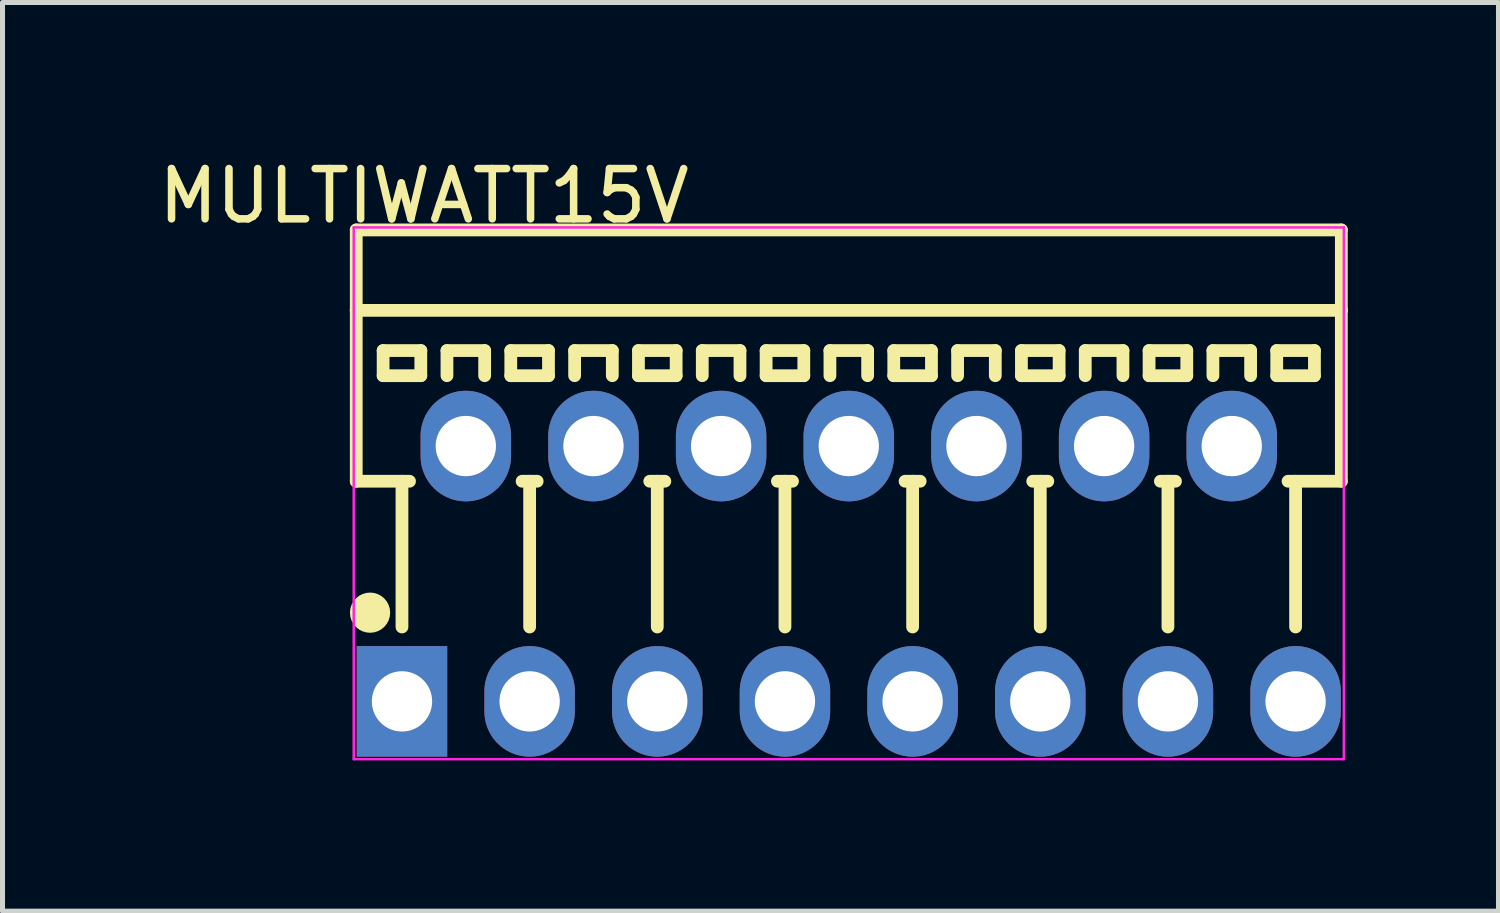
<source format=kicad_pcb>
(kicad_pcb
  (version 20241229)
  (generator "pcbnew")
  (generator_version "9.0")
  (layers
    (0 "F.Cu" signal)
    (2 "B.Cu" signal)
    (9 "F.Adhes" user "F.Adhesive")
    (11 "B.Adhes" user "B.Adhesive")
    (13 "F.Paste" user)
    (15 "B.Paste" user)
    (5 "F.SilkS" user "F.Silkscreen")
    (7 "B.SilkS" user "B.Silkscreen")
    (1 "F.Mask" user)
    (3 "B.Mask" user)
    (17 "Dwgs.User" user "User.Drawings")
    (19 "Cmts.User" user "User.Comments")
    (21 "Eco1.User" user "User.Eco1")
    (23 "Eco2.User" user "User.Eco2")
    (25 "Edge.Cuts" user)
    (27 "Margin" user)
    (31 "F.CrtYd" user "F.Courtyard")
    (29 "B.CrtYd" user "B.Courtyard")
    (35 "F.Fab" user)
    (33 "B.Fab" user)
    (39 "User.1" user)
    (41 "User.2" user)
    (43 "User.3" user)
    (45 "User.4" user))
  (footprint "MULTIWATT15V"
    (layer "F.Cu")
    (at 13.838 8.365)
    (property "Reference" "MULTIWATT15V" (at -8.451 -7.516 0) (layer "F.SilkS") (effects (font (size 1 1) (thickness 0.15))))
    (attr through_hole)
    (fp_line (start -9.8 -6.84) (end 9.8 -6.84) (stroke (width 0.254) (type solid)) (layer "F.SilkS"))
    (fp_line (start -9.8 -5.24) (end -9.8 -6.84) (stroke (width 0.254) (type solid)) (layer "F.SilkS"))
    (fp_line (start -9.8 -5.24) (end 9.8 -5.24) (stroke (width 0.254) (type solid)) (layer "F.SilkS"))
    (fp_line (start -9.8 -1.84) (end -9.8 -5.24) (stroke (width 0.254) (type solid)) (layer "F.SilkS"))
    (fp_line (start -9.8 -1.84) (end -8.74 -1.84) (stroke (width 0.254) (type solid)) (layer "F.SilkS"))
    (fp_line (start -9.265 -4.44) (end -8.515 -4.44) (stroke (width 0.254) (type solid)) (layer "F.SilkS"))
    (fp_line (start -9.265 -3.94) (end -9.265 -4.44) (stroke (width 0.254) (type solid)) (layer "F.SilkS"))
    (fp_line (start -9.265 -3.94) (end -8.515 -3.94) (stroke (width 0.254) (type solid)) (layer "F.SilkS"))
    (fp_line (start -8.89 1.06) (end -8.89 -1.84) (stroke (width 0.254) (type solid)) (layer "F.SilkS"))
    (fp_line (start -8.515 -3.94) (end -8.515 -4.44) (stroke (width 0.254) (type solid)) (layer "F.SilkS"))
    (fp_line (start -7.995 -4.44) (end -7.245 -4.44) (stroke (width 0.254) (type solid)) (layer "F.SilkS"))
    (fp_line (start -7.995 -3.94) (end -7.995 -4.44) (stroke (width 0.254) (type solid)) (layer "F.SilkS"))
    (fp_line (start -7.245 -3.94) (end -7.245 -4.44) (stroke (width 0.254) (type solid)) (layer "F.SilkS"))
    (fp_line (start -6.725 -4.44) (end -5.975 -4.44) (stroke (width 0.254) (type solid)) (layer "F.SilkS"))
    (fp_line (start -6.725 -3.94) (end -6.725 -4.44) (stroke (width 0.254) (type solid)) (layer "F.SilkS"))
    (fp_line (start -6.725 -3.94) (end -5.975 -3.94) (stroke (width 0.254) (type solid)) (layer "F.SilkS"))
    (fp_line (start -6.5 -1.84) (end -6.2 -1.84) (stroke (width 0.254) (type solid)) (layer "F.SilkS"))
    (fp_line (start -6.35 1.06) (end -6.35 -1.84) (stroke (width 0.254) (type solid)) (layer "F.SilkS"))
    (fp_line (start -5.975 -3.94) (end -5.975 -4.44) (stroke (width 0.254) (type solid)) (layer "F.SilkS"))
    (fp_line (start -5.455 -4.44) (end -4.705 -4.44) (stroke (width 0.254) (type solid)) (layer "F.SilkS"))
    (fp_line (start -5.455 -3.94) (end -5.455 -4.44) (stroke (width 0.254) (type solid)) (layer "F.SilkS"))
    (fp_line (start -4.705 -3.94) (end -4.705 -4.44) (stroke (width 0.254) (type solid)) (layer "F.SilkS"))
    (fp_line (start -4.185 -4.44) (end -3.435 -4.44) (stroke (width 0.254) (type solid)) (layer "F.SilkS"))
    (fp_line (start -4.185 -3.94) (end -4.185 -4.44) (stroke (width 0.254) (type solid)) (layer "F.SilkS"))
    (fp_line (start -4.185 -3.94) (end -3.435 -3.94) (stroke (width 0.254) (type solid)) (layer "F.SilkS"))
    (fp_line (start -3.96 -1.84) (end -3.66 -1.84) (stroke (width 0.254) (type solid)) (layer "F.SilkS"))
    (fp_line (start -3.81 1.06) (end -3.81 -1.84) (stroke (width 0.254) (type solid)) (layer "F.SilkS"))
    (fp_line (start -3.435 -3.94) (end -3.435 -4.44) (stroke (width 0.254) (type solid)) (layer "F.SilkS"))
    (fp_line (start -2.915 -4.44) (end -2.165 -4.44) (stroke (width 0.254) (type solid)) (layer "F.SilkS"))
    (fp_line (start -2.915 -3.94) (end -2.915 -4.44) (stroke (width 0.254) (type solid)) (layer "F.SilkS"))
    (fp_line (start -2.165 -3.94) (end -2.165 -4.44) (stroke (width 0.254) (type solid)) (layer "F.SilkS"))
    (fp_line (start -1.645 -4.44) (end -0.895 -4.44) (stroke (width 0.254) (type solid)) (layer "F.SilkS"))
    (fp_line (start -1.645 -3.94) (end -1.645 -4.44) (stroke (width 0.254) (type solid)) (layer "F.SilkS"))
    (fp_line (start -1.645 -3.94) (end -0.895 -3.94) (stroke (width 0.254) (type solid)) (layer "F.SilkS"))
    (fp_line (start -1.42 -1.84) (end -1.12 -1.84) (stroke (width 0.254) (type solid)) (layer "F.SilkS"))
    (fp_line (start -1.27 1.06) (end -1.27 -1.84) (stroke (width 0.254) (type solid)) (layer "F.SilkS"))
    (fp_line (start -0.895 -3.94) (end -0.895 -4.44) (stroke (width 0.254) (type solid)) (layer "F.SilkS"))
    (fp_line (start -0.375 -4.44) (end 0.375 -4.44) (stroke (width 0.254) (type solid)) (layer "F.SilkS"))
    (fp_line (start -0.375 -3.94) (end -0.375 -4.44) (stroke (width 0.254) (type solid)) (layer "F.SilkS"))
    (fp_line (start 0.375 -3.94) (end 0.375 -4.44) (stroke (width 0.254) (type solid)) (layer "F.SilkS"))
    (fp_line (start 0.895 -4.44) (end 1.645 -4.44) (stroke (width 0.254) (type solid)) (layer "F.SilkS"))
    (fp_line (start 0.895 -3.94) (end 0.895 -4.44) (stroke (width 0.254) (type solid)) (layer "F.SilkS"))
    (fp_line (start 0.895 -3.94) (end 1.645 -3.94) (stroke (width 0.254) (type solid)) (layer "F.SilkS"))
    (fp_line (start 1.12 -1.84) (end 1.42 -1.84) (stroke (width 0.254) (type solid)) (layer "F.SilkS"))
    (fp_line (start 1.27 1.06) (end 1.27 -1.84) (stroke (width 0.254) (type solid)) (layer "F.SilkS"))
    (fp_line (start 1.645 -3.94) (end 1.645 -4.44) (stroke (width 0.254) (type solid)) (layer "F.SilkS"))
    (fp_line (start 2.165 -4.44) (end 2.915 -4.44) (stroke (width 0.254) (type solid)) (layer "F.SilkS"))
    (fp_line (start 2.165 -3.94) (end 2.165 -4.44) (stroke (width 0.254) (type solid)) (layer "F.SilkS"))
    (fp_line (start 2.915 -3.94) (end 2.915 -4.44) (stroke (width 0.254) (type solid)) (layer "F.SilkS"))
    (fp_line (start 3.435 -4.44) (end 4.185 -4.44) (stroke (width 0.254) (type solid)) (layer "F.SilkS"))
    (fp_line (start 3.435 -3.94) (end 3.435 -4.44) (stroke (width 0.254) (type solid)) (layer "F.SilkS"))
    (fp_line (start 3.435 -3.94) (end 4.185 -3.94) (stroke (width 0.254) (type solid)) (layer "F.SilkS"))
    (fp_line (start 3.66 -1.84) (end 3.96 -1.84) (stroke (width 0.254) (type solid)) (layer "F.SilkS"))
    (fp_line (start 3.81 1.06) (end 3.81 -1.84) (stroke (width 0.254) (type solid)) (layer "F.SilkS"))
    (fp_line (start 4.185 -3.94) (end 4.185 -4.44) (stroke (width 0.254) (type solid)) (layer "F.SilkS"))
    (fp_line (start 4.705 -4.44) (end 5.455 -4.44) (stroke (width 0.254) (type solid)) (layer "F.SilkS"))
    (fp_line (start 4.705 -3.94) (end 4.705 -4.44) (stroke (width 0.254) (type solid)) (layer "F.SilkS"))
    (fp_line (start 5.455 -3.94) (end 5.455 -4.44) (stroke (width 0.254) (type solid)) (layer "F.SilkS"))
    (fp_line (start 5.975 -4.44) (end 6.725 -4.44) (stroke (width 0.254) (type solid)) (layer "F.SilkS"))
    (fp_line (start 5.975 -3.94) (end 5.975 -4.44) (stroke (width 0.254) (type solid)) (layer "F.SilkS"))
    (fp_line (start 5.975 -3.94) (end 6.725 -3.94) (stroke (width 0.254) (type solid)) (layer "F.SilkS"))
    (fp_line (start 6.2 -1.84) (end 6.5 -1.84) (stroke (width 0.254) (type solid)) (layer "F.SilkS"))
    (fp_line (start 6.35 1.06) (end 6.35 -1.84) (stroke (width 0.254) (type solid)) (layer "F.SilkS"))
    (fp_line (start 6.725 -3.94) (end 6.725 -4.44) (stroke (width 0.254) (type solid)) (layer "F.SilkS"))
    (fp_line (start 7.245 -4.44) (end 7.995 -4.44) (stroke (width 0.254) (type solid)) (layer "F.SilkS"))
    (fp_line (start 7.245 -3.94) (end 7.245 -4.44) (stroke (width 0.254) (type solid)) (layer "F.SilkS"))
    (fp_line (start 7.995 -3.94) (end 7.995 -4.44) (stroke (width 0.254) (type solid)) (layer "F.SilkS"))
    (fp_line (start 8.515 -4.44) (end 9.265 -4.44) (stroke (width 0.254) (type solid)) (layer "F.SilkS"))
    (fp_line (start 8.515 -3.94) (end 8.515 -4.44) (stroke (width 0.254) (type solid)) (layer "F.SilkS"))
    (fp_line (start 8.515 -3.94) (end 9.265 -3.94) (stroke (width 0.254) (type solid)) (layer "F.SilkS"))
    (fp_line (start 8.74 -1.84) (end 9.8 -1.84) (stroke (width 0.254) (type solid)) (layer "F.SilkS"))
    (fp_line (start 8.89 1.06) (end 8.89 -1.84) (stroke (width 0.254) (type solid)) (layer "F.SilkS"))
    (fp_line (start 9.265 -3.94) (end 9.265 -4.44) (stroke (width 0.254) (type solid)) (layer "F.SilkS"))
    (fp_line (start 9.8 -5.24) (end 9.8 -6.84) (stroke (width 0.254) (type solid)) (layer "F.SilkS"))
    (fp_line (start 9.8 -1.84) (end 9.8 -5.24) (stroke (width 0.254) (type solid)) (layer "F.SilkS"))
    (fp_circle (center -9.525 0.775) (end -9.325 0.775) (stroke (width 0.4) (type solid)) (fill no) (layer "F.SilkS"))
    (fp_line (start -9.85 -6.89) (end 9.85 -6.89) (stroke (width 0.05) (type solid)) (layer "F.CrtYd"))
    (fp_line (start -9.85 3.69) (end -9.85 -6.89) (stroke (width 0.05) (type solid)) (layer "F.CrtYd"))
    (fp_line (start 9.85 -6.89) (end 9.85 3.69) (stroke (width 0.05) (type solid)) (layer "F.CrtYd"))
    (fp_line (start 9.85 3.69) (end -9.85 3.69) (stroke (width 0.05) (type solid)) (layer "F.CrtYd"))
    (pad "1" thru_hole rect (at -8.89 2.54) (size 1.8 2.2) (drill 1.2) (layers "*.Cu" "*.Mask"))
    (pad "2" thru_hole oval (at -7.62 -2.54) (size 1.8 2.2) (drill 1.2) (layers "*.Cu" "*.Mask"))
    (pad "3" thru_hole oval (at -6.35 2.54) (size 1.8 2.2) (drill 1.2) (layers "*.Cu" "*.Mask"))
    (pad "4" thru_hole oval (at -5.08 -2.54) (size 1.8 2.2) (drill 1.2) (layers "*.Cu" "*.Mask"))
    (pad "5" thru_hole oval (at -3.81 2.54) (size 1.8 2.2) (drill 1.2) (layers "*.Cu" "*.Mask"))
    (pad "6" thru_hole oval (at -2.54 -2.54) (size 1.8 2.2) (drill 1.2) (layers "*.Cu" "*.Mask"))
    (pad "7" thru_hole oval (at -1.27 2.54) (size 1.8 2.2) (drill 1.2) (layers "*.Cu" "*.Mask"))
    (pad "8" thru_hole oval (at 0 -2.54) (size 1.8 2.2) (drill 1.2) (layers "*.Cu" "*.Mask"))
    (pad "9" thru_hole oval (at 1.27 2.54) (size 1.8 2.2) (drill 1.2) (layers "*.Cu" "*.Mask"))
    (pad "10" thru_hole oval (at 2.54 -2.54) (size 1.8 2.2) (drill 1.2) (layers "*.Cu" "*.Mask"))
    (pad "11" thru_hole oval (at 3.81 2.54) (size 1.8 2.2) (drill 1.2) (layers "*.Cu" "*.Mask"))
    (pad "12" thru_hole oval (at 5.08 -2.54) (size 1.8 2.2) (drill 1.2) (layers "*.Cu" "*.Mask"))
    (pad "13" thru_hole oval (at 6.35 2.54) (size 1.8 2.2) (drill 1.2) (layers "*.Cu" "*.Mask"))
    (pad "14" thru_hole oval (at 7.62 -2.54) (size 1.8 2.2) (drill 1.2) (layers "*.Cu" "*.Mask"))
    (pad "15" thru_hole oval (at 8.89 2.54) (size 1.8 2.2) (drill 1.2) (layers "*.Cu" "*.Mask")))
  (gr_rect
    (start -3 -3)
    (end 26.765 15.08)
    (stroke (width 0.1) (type default))
    (fill no)
    (layer "Edge.Cuts")))
</source>
